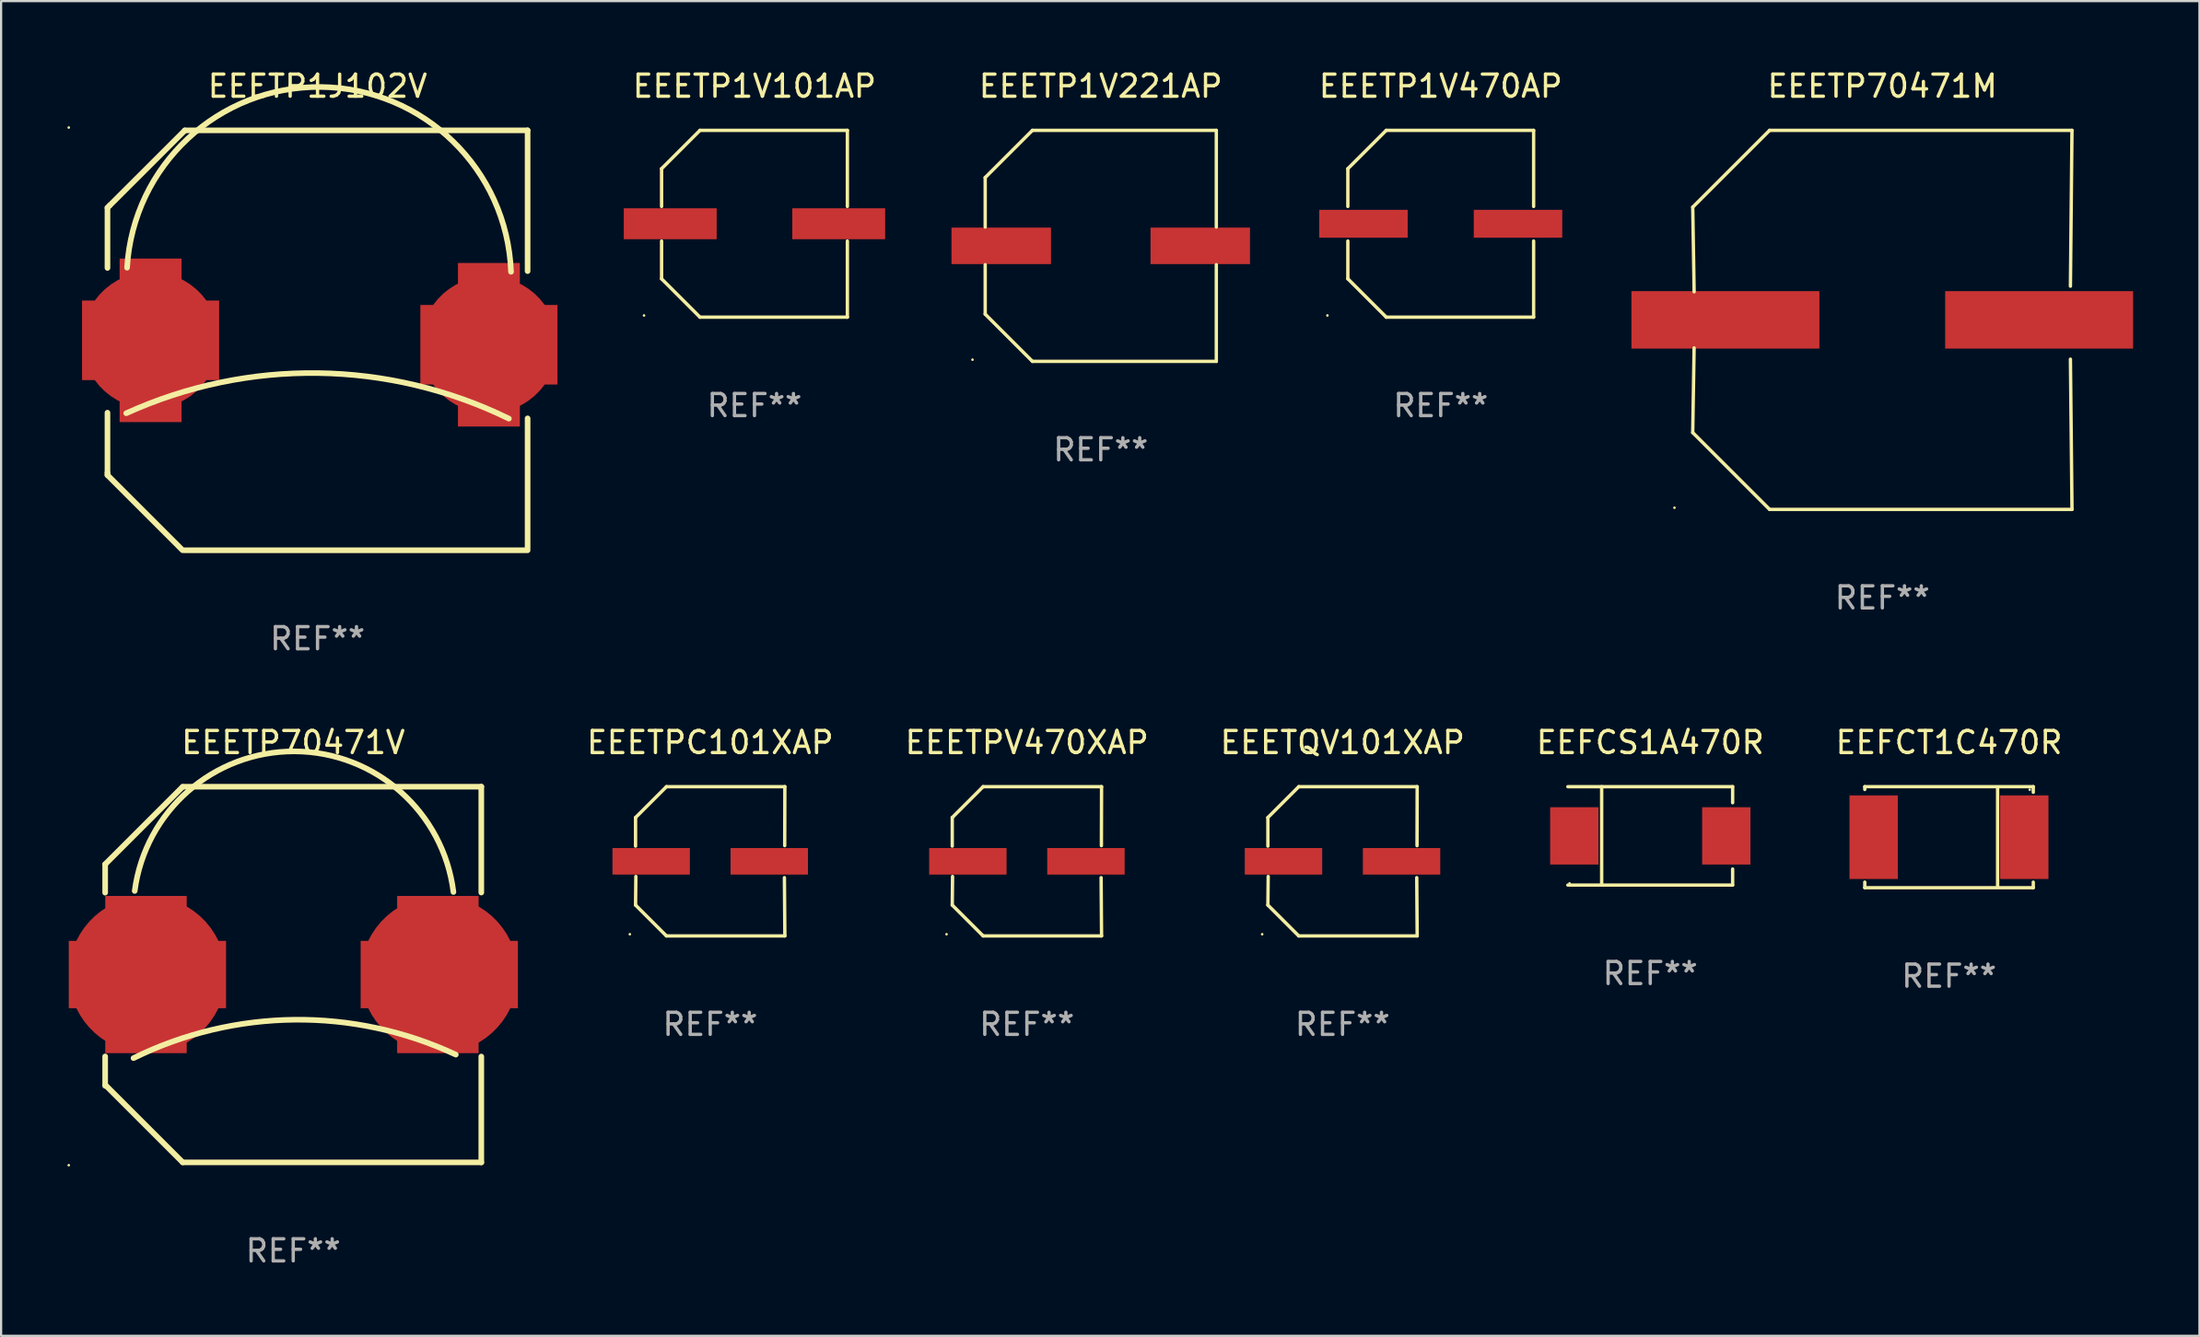
<source format=kicad_pcb>
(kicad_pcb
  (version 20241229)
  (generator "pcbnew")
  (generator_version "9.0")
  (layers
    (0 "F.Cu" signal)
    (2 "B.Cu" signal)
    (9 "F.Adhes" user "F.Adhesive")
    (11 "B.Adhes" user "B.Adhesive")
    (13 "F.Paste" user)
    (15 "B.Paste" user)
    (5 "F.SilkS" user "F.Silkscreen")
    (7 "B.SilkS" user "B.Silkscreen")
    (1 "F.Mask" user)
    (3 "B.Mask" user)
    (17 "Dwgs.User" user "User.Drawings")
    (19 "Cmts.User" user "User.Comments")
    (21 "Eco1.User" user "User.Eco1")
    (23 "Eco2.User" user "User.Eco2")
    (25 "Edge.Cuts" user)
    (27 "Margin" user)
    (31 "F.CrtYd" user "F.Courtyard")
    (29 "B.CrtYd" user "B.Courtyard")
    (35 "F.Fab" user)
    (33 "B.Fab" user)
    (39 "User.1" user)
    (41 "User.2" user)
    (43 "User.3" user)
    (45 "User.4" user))
  (footprint "EEFCS1A470R"
    (layer "F.Cu")
    (at 71.58 34.771)
    (property "Reference" "EEFCS1A470R" (at 0 -4.226 0) (layer "F.SilkS") (effects (font (size 1 1) (thickness 0.15))))
    (attr through_hole)
    (fp_line (start -3.726 -2.226) (end 3.726 -2.226) (stroke (width 0.152) (type solid)) (layer "F.SilkS"))
    (fp_line (start -3.726 2.226) (end 3.726 2.226) (stroke (width 0.152) (type solid)) (layer "F.SilkS"))
    (fp_line (start -2.197 -2.226) (end -2.197 2.226) (stroke (width 0.152) (type solid)) (layer "F.SilkS"))
    (fp_line (start 3.726 -2.226) (end 3.726 -1.499) (stroke (width 0.152) (type solid)) (layer "F.SilkS"))
    (fp_line (start 3.726 2.226) (end 3.726 1.499) (stroke (width 0.152) (type solid)) (layer "F.SilkS"))
    (fp_circle (center -3.65 2.15) (end -3.62 2.15) (stroke (width 0.06) (type solid)) (fill no) (layer "F.SilkS"))
    (fp_text user "REF**" (at 0 6.226 0) (layer "F.Fab") (effects (font (size 1 1) (thickness 0.15))))
    (pad "1" smd rect (at -3.434 0 180) (size 2.185 2.592) (layers "F.Cu" "F.Mask" "F.Paste"))
    (pad "2" smd rect (at 3.439 0 180) (size 2.185 2.592) (layers "F.Cu" "F.Mask" "F.Paste")))
  (footprint "EEETPC101XAP"
    (layer "F.Cu")
    (at 29.068 35.921)
    (property "Reference" "EEETPC101XAP" (at 0 -5.376 0) (layer "F.SilkS") (effects (font (size 1 1) (thickness 0.15))))
    (attr through_hole)
    (fp_line (start -3.376 -1.98) (end -3.376 -0.686) (stroke (width 0.152) (type solid)) (layer "F.SilkS"))
    (fp_line (start -3.376 1.981) (end -3.362 0.686) (stroke (width 0.152) (type solid)) (layer "F.SilkS"))
    (fp_line (start -1.981 3.376) (end -3.376 1.981) (stroke (width 0.152) (type solid)) (layer "F.SilkS"))
    (fp_line (start -1.98 -3.376) (end -3.376 -1.98) (stroke (width 0.152) (type solid)) (layer "F.SilkS"))
    (fp_line (start 3.356 0.74) (end 3.376 3.376) (stroke (width 0.152) (type solid)) (layer "F.SilkS"))
    (fp_line (start 3.369 -0.707) (end 3.376 -3.376) (stroke (width 0.152) (type solid)) (layer "F.SilkS"))
    (fp_line (start 3.376 3.376) (end -1.981 3.376) (stroke (width 0.152) (type solid)) (layer "F.SilkS"))
    (fp_line (start 3.376 -3.376) (end -1.98 -3.376) (stroke (width 0.152) (type solid)) (layer "F.SilkS"))
    (fp_circle (center -3.634 3.3) (end -3.604 3.3) (stroke (width 0.06) (type solid)) (fill no) (layer "F.SilkS"))
    (fp_text user "REF**" (at 0 7.376 0) (layer "F.Fab") (effects (font (size 1 1) (thickness 0.15))))
    (pad "1" smd rect (at -2.67 0.000254) (size 3.5 1.2) (layers "F.Cu" "F.Mask" "F.Paste"))
    (pad "2" smd rect (at 2.67 0.000254) (size 3.5 1.2) (layers "F.Cu" "F.Mask" "F.Paste")))
  (footprint "EEFCT1C470R"
    (layer "F.Cu")
    (at 85.092 34.831)
    (property "Reference" "EEFCT1C470R" (at 0 -4.286 0) (layer "F.SilkS") (effects (font (size 1 1) (thickness 0.15))))
    (attr through_hole)
    (fp_line (start -3.81 -2.286) (end -3.81 -2.159) (stroke (width 0.15) (type solid)) (layer "F.SilkS"))
    (fp_line (start -3.81 2.032) (end -3.81 2.286) (stroke (width 0.15) (type solid)) (layer "F.SilkS"))
    (fp_line (start -3.81 2.286) (end 3.81 2.286) (stroke (width 0.15) (type solid)) (layer "F.SilkS"))
    (fp_line (start 2.197 -2.226) (end 2.197 2.226) (stroke (width 0.152) (type solid)) (layer "F.SilkS"))
    (fp_line (start 3.81 -2.286) (end -3.81 -2.286) (stroke (width 0.15) (type solid)) (layer "F.SilkS"))
    (fp_line (start 3.81 -2.032) (end 3.81 -2.286) (stroke (width 0.15) (type solid)) (layer "F.SilkS"))
    (fp_line (start 3.81 2.286) (end 3.81 2.032) (stroke (width 0.15) (type solid)) (layer "F.SilkS"))
    (fp_circle (center 3.65 -2.15) (end 3.68 -2.15) (stroke (width 0.06) (type solid)) (fill no) (layer "F.SilkS"))
    (fp_text user "REF**" (at 0 6.286 0) (layer "F.Fab") (effects (font (size 1 1) (thickness 0.15))))
    (pad "1" smd rect (at 3.404 0 180) (size 2.185 3.78) (layers "F.Cu" "F.Mask" "F.Paste"))
    (pad "2" smd rect (at -3.409 0 180) (size 2.185 3.78) (layers "F.Cu" "F.Mask" "F.Paste")))
  (footprint "EEETP70471M"
    (layer "F.Cu")
    (at 82.077 11.424)
    (property "Reference" "EEETP70471M" (at 0 -10.576 0) (layer "F.SilkS") (effects (font (size 1 1) (thickness 0.15))))
    (attr through_hole)
    (fp_line (start -8.576 5.099) (end -8.513 1.269) (stroke (width 0.152) (type solid)) (layer "F.SilkS"))
    (fp_line (start -8.575 -5.101) (end -8.512 -1.271) (stroke (width 0.152) (type solid)) (layer "F.SilkS"))
    (fp_line (start -5.1 -8.576) (end -8.575 -5.101) (stroke (width 0.152) (type solid)) (layer "F.SilkS"))
    (fp_line (start -5.1 8.576) (end -8.576 5.099) (stroke (width 0.152) (type solid)) (layer "F.SilkS"))
    (fp_line (start 8.505 -1.525) (end 8.575 -8.576) (stroke (width 0.152) (type solid)) (layer "F.SilkS"))
    (fp_line (start 8.505 1.777) (end 8.576 8.576) (stroke (width 0.152) (type solid)) (layer "F.SilkS"))
    (fp_line (start 8.575 -8.576) (end -5.1 -8.576) (stroke (width 0.152) (type solid)) (layer "F.SilkS"))
    (fp_line (start 8.576 8.576) (end -5.1 8.576) (stroke (width 0.152) (type solid)) (layer "F.SilkS"))
    (fp_circle (center -9.402 8.499) (end -9.372 8.499) (stroke (width 0.06) (type solid)) (fill no) (layer "F.SilkS"))
    (fp_text user "REF**" (at 0 12.576 0) (layer "F.Fab") (effects (font (size 1 1) (thickness 0.15))))
    (pad "1" smd rect (at -7.097 -0.001) (size 8.5 2.6) (layers "F.Cu" "F.Mask" "F.Paste"))
    (pad "2" smd rect (at 7.09 -0.001) (size 8.5 2.6) (layers "F.Cu" "F.Mask" "F.Paste")))
  (footprint "EEETP1J102V"
    (layer "F.Cu")
    (at 11.31 12.348)
    (property "Reference" "EEETP1J102V" (at 0 -11.5 0) (layer "F.SilkS") (effects (font (size 1 1) (thickness 0.15))))
    (attr through_hole)
    (fp_line (start -9.5 -6) (end -9.5 -3.275) (stroke (width 0.254) (type solid)) (layer "F.SilkS"))
    (fp_line (start -9.5 -6) (end -9.401 -6.099) (stroke (width 0.254) (type solid)) (layer "F.SilkS"))
    (fp_line (start -9.5 3.275) (end -9.5 6) (stroke (width 0.254) (type solid)) (layer "F.SilkS"))
    (fp_line (start -9.5 6) (end -9.5 6.1) (stroke (width 0.254) (type solid)) (layer "F.SilkS"))
    (fp_line (start -9.5 6.1) (end -6.1 9.5) (stroke (width 0.254) (type solid)) (layer "F.SilkS"))
    (fp_line (start -9.401 -6.099) (end -6 -9.497) (stroke (width 0.254) (type solid)) (layer "F.SilkS"))
    (fp_line (start -6 -9.5) (end 9.5 -9.5) (stroke (width 0.254) (type solid)) (layer "F.SilkS"))
    (fp_line (start -6 9.5) (end 9.5 9.5) (stroke (width 0.254) (type solid)) (layer "F.SilkS"))
    (fp_line (start 9.5 -9.5) (end 9.5 -3.131) (stroke (width 0.254) (type solid)) (layer "F.SilkS"))
    (fp_line (start 9.5 3.531) (end 9.5 9.4) (stroke (width 0.254) (type solid)) (layer "F.SilkS"))
    (fp_arc (start -8.649975 3.3) (mid 0.029226 1.482607) (end 8.654013 3.542824) (stroke (width 0.254001) (type solid)) (layer "F.SilkS"))
    (fp_arc (start -8.613221 -3.286056) (mid 0.157012 -11.462367) (end 8.750025 -3.1) (stroke (width 0.254001) (type solid)) (layer "F.SilkS"))
    (fp_circle (center -11.25 -9.627) (end -11.22 -9.627) (stroke (width 0.06) (type solid)) (fill no) (layer "F.SilkS"))
    (fp_text user "REF**" (at 0 13.5 0) (layer "F.Fab") (effects (font (size 1 1) (thickness 0.15))))
    (pad "1" smd custom (at -7.55 0 90) (size 6.2 7.4) (layers "F.Cu" "F.Mask" "F.Paste") (options (anchor circle)) (primitives (gr_poly (pts (xy -1.8 3.1) (xy -1.8 1.4) (xy -3.7 1.4) (xy -3.7 -1.4) (xy -1.8 -1.4) (xy -1.8 -3.1) (xy 1.8 -3.1) (xy 1.8 -1.4) (xy 3.7 -1.4) (xy 3.7 1.4) (xy 1.8 1.4) (xy 1.8 3.1)) (width 0) (fill yes))))
    (pad "2" smd custom (at 7.75 0.2 90) (size 6.2 7.4) (layers "F.Cu" "F.Mask" "F.Paste") (options (anchor circle)) (primitives (gr_poly (pts (xy -1.8 3.1) (xy -1.8 1.4) (xy -3.7 1.4) (xy -3.7 -1.4) (xy -1.8 -1.4) (xy -1.8 -3.1) (xy 1.8 -3.1) (xy 1.8 -1.4) (xy 3.7 -1.4) (xy 3.7 1.4) (xy 1.8 1.4) (xy 1.8 3.1)) (width 0) (fill yes)))))
  (footprint "EEETP1V101AP"
    (layer "F.Cu")
    (at 31.07 7.074)
    (property "Reference" "EEETP1V101AP" (at 0 -6.226 0) (layer "F.SilkS") (effects (font (size 1 1) (thickness 0.15))))
    (attr through_hole)
    (fp_line (start -4.201 -2.49) (end -4.201 -0.782) (stroke (width 0.152) (type solid)) (layer "F.SilkS"))
    (fp_line (start -4.201 2.49) (end -4.201 0.782) (stroke (width 0.152) (type solid)) (layer "F.SilkS"))
    (fp_line (start -2.465 -4.226) (end -4.201 -2.49) (stroke (width 0.152) (type solid)) (layer "F.SilkS"))
    (fp_line (start -2.465 4.226) (end -4.201 2.49) (stroke (width 0.152) (type solid)) (layer "F.SilkS"))
    (fp_line (start 4.201 -4.226) (end -2.465 -4.226) (stroke (width 0.152) (type solid)) (layer "F.SilkS"))
    (fp_line (start 4.201 -0.782) (end 4.201 -4.226) (stroke (width 0.152) (type solid)) (layer "F.SilkS"))
    (fp_line (start 4.201 0.782) (end 4.201 4.226) (stroke (width 0.152) (type solid)) (layer "F.SilkS"))
    (fp_line (start 4.201 4.226) (end -2.465 4.226) (stroke (width 0.152) (type solid)) (layer "F.SilkS"))
    (fp_circle (center -4.995 4.15) (end -4.965 4.15) (stroke (width 0.06) (type solid)) (fill no) (layer "F.SilkS"))
    (fp_text user "REF**" (at 0 8.226 0) (layer "F.Fab") (effects (font (size 1 1) (thickness 0.15))))
    (pad "1" smd rect (at -3.81 0.000025) (size 4.2 1.4) (layers "F.Cu" "F.Mask" "F.Paste"))
    (pad "2" smd rect (at 3.81 0.000025) (size 4.2 1.4) (layers "F.Cu" "F.Mask" "F.Paste")))
  (footprint "EEETPV470XAP"
    (layer "F.Cu")
    (at 43.39 35.921)
    (property "Reference" "EEETPV470XAP" (at 0 -5.376 0) (layer "F.SilkS") (effects (font (size 1 1) (thickness 0.15))))
    (attr through_hole)
    (fp_line (start -3.376 -1.98) (end -3.376 -0.686) (stroke (width 0.152) (type solid)) (layer "F.SilkS"))
    (fp_line (start -3.376 1.981) (end -3.362 0.686) (stroke (width 0.152) (type solid)) (layer "F.SilkS"))
    (fp_line (start -1.981 3.376) (end -3.376 1.981) (stroke (width 0.152) (type solid)) (layer "F.SilkS"))
    (fp_line (start -1.98 -3.376) (end -3.376 -1.98) (stroke (width 0.152) (type solid)) (layer "F.SilkS"))
    (fp_line (start 3.356 0.74) (end 3.376 3.376) (stroke (width 0.152) (type solid)) (layer "F.SilkS"))
    (fp_line (start 3.369 -0.707) (end 3.376 -3.376) (stroke (width 0.152) (type solid)) (layer "F.SilkS"))
    (fp_line (start 3.376 3.376) (end -1.981 3.376) (stroke (width 0.152) (type solid)) (layer "F.SilkS"))
    (fp_line (start 3.376 -3.376) (end -1.98 -3.376) (stroke (width 0.152) (type solid)) (layer "F.SilkS"))
    (fp_circle (center -3.634 3.3) (end -3.604 3.3) (stroke (width 0.06) (type solid)) (fill no) (layer "F.SilkS"))
    (fp_text user "REF**" (at 0 7.376 0) (layer "F.Fab") (effects (font (size 1 1) (thickness 0.15))))
    (pad "1" smd rect (at -2.67 0.000254) (size 3.5 1.2) (layers "F.Cu" "F.Mask" "F.Paste"))
    (pad "2" smd rect (at 2.67 0.000254) (size 3.5 1.2) (layers "F.Cu" "F.Mask" "F.Paste")))
  (footprint "EEETP1V221AP"
    (layer "F.Cu")
    (at 46.73 8.074)
    (property "Reference" "EEETP1V221AP" (at 0 -7.226 0) (layer "F.SilkS") (effects (font (size 1 1) (thickness 0.15))))
    (attr through_hole)
    (fp_line (start -5.226 -3.09) (end -5.226 -0.852) (stroke (width 0.152) (type solid)) (layer "F.SilkS"))
    (fp_line (start -5.226 3.09) (end -5.226 0.852) (stroke (width 0.152) (type solid)) (layer "F.SilkS"))
    (fp_line (start -3.09 -5.226) (end -5.226 -3.09) (stroke (width 0.152) (type solid)) (layer "F.SilkS"))
    (fp_line (start -3.09 5.226) (end -5.226 3.09) (stroke (width 0.152) (type solid)) (layer "F.SilkS"))
    (fp_line (start 5.226 -5.226) (end -3.09 -5.226) (stroke (width 0.152) (type solid)) (layer "F.SilkS"))
    (fp_line (start 5.226 -0.852) (end 5.226 -5.226) (stroke (width 0.152) (type solid)) (layer "F.SilkS"))
    (fp_line (start 5.226 0.852) (end 5.226 5.226) (stroke (width 0.152) (type solid)) (layer "F.SilkS"))
    (fp_line (start 5.226 5.226) (end -3.09 5.226) (stroke (width 0.152) (type solid)) (layer "F.SilkS"))
    (fp_circle (center -5.8 5.15) (end -5.77 5.15) (stroke (width 0.06) (type solid)) (fill no) (layer "F.SilkS"))
    (fp_text user "REF**" (at 0 9.226 0) (layer "F.Fab") (effects (font (size 1 1) (thickness 0.15))))
    (pad "1" smd rect (at -4.5 0) (size 4.5 1.65) (layers "F.Cu" "F.Mask" "F.Paste"))
    (pad "2" smd rect (at 4.5 0) (size 4.5 1.65) (layers "F.Cu" "F.Mask" "F.Paste")))
  (footprint "EEETP70471V"
    (layer "F.Cu")
    (at 10.211 41.045)
    (property "Reference" "EEETP70471V" (at 0 -10.5 0) (layer "F.SilkS") (effects (font (size 1 1) (thickness 0.15))))
    (attr through_hole)
    (fp_line (start -8.505 -4.99) (end -8.505 -3.705) (stroke (width 0.254) (type solid)) (layer "F.SilkS"))
    (fp_line (start -8.505 -4.99) (end -5.006 -8.489) (stroke (width 0.254) (type solid)) (layer "F.SilkS"))
    (fp_line (start -8.505 3.705) (end -8.505 5.036) (stroke (width 0.254) (type solid)) (layer "F.SilkS"))
    (fp_line (start -8.495 5) (end -4.996 8.499) (stroke (width 0.254) (type solid)) (layer "F.SilkS"))
    (fp_line (start -4.995 8.5) (end 8.505 8.5) (stroke (width 0.254) (type solid)) (layer "F.SilkS"))
    (fp_line (start 8.505 -8.5) (end -4.995 -8.5) (stroke (width 0.254) (type solid)) (layer "F.SilkS"))
    (fp_line (start 8.505 -8.5) (end 8.505 -3.71) (stroke (width 0.254) (type solid)) (layer "F.SilkS"))
    (fp_line (start 8.505 3.71) (end 8.505 8.5) (stroke (width 0.254) (type solid)) (layer "F.SilkS"))
    (fp_arc (start -7.222593 3.781712) (mid 0.046673 2.044338) (end 7.352185 3.622377) (stroke (width 0.254001) (type solid)) (layer "F.SilkS"))
    (fp_arc (start -7.169481 -3.782728) (mid 0.059133 -10.097342) (end 7.245123 -3.734265) (stroke (width 0.254001) (type solid)) (layer "F.SilkS"))
    (fp_circle (center -10.151 8.627) (end -10.121 8.627) (stroke (width 0.06) (type solid)) (fill no) (layer "F.SilkS"))
    (fp_text user "REF**" (at 0 12.5 0) (layer "F.Fab") (effects (font (size 1 1) (thickness 0.15))))
    (pad "1" smd custom (at -6.595 0) (size 7.112 7.112) (layers "F.Cu" "F.Mask" "F.Paste") (options (anchor circle)) (primitives (gr_poly (pts (xy -3.556 -1.524) (xy -1.905 -1.524) (xy -1.905 -3.556) (xy 1.778 -3.556) (xy 1.778 -1.524) (xy 3.556 -1.524) (xy 3.556 1.524) (xy 1.778 1.524) (xy 1.778 3.556) (xy -1.905 3.556) (xy -1.905 1.524) (xy -3.556 1.524)) (width 0) (fill yes))))
    (pad "2" smd custom (at 6.605 0) (size 7.112 7.112) (layers "F.Cu" "F.Mask" "F.Paste") (options (anchor circle)) (primitives (gr_poly (pts (xy -3.556 -1.524) (xy -1.905 -1.524) (xy -1.905 -3.556) (xy 1.778 -3.556) (xy 1.778 -1.524) (xy 3.556 -1.524) (xy 3.556 1.524) (xy 1.778 1.524) (xy 1.778 3.556) (xy -1.905 3.556) (xy -1.905 1.524) (xy -3.556 1.524)) (width 0) (fill yes)))))
  (footprint "EEETP1V470AP"
    (layer "F.Cu")
    (at 62.105 7.074)
    (property "Reference" "EEETP1V470AP" (at 0 -6.226 0) (layer "F.SilkS") (effects (font (size 1 1) (thickness 0.15))))
    (attr through_hole)
    (fp_line (start -4.201 -2.49) (end -4.201 -0.782) (stroke (width 0.152) (type solid)) (layer "F.SilkS"))
    (fp_line (start -4.201 2.49) (end -4.201 0.782) (stroke (width 0.152) (type solid)) (layer "F.SilkS"))
    (fp_line (start -2.465 -4.226) (end -4.201 -2.49) (stroke (width 0.152) (type solid)) (layer "F.SilkS"))
    (fp_line (start -2.465 4.226) (end -4.201 2.49) (stroke (width 0.152) (type solid)) (layer "F.SilkS"))
    (fp_line (start 4.201 -4.226) (end -2.465 -4.226) (stroke (width 0.152) (type solid)) (layer "F.SilkS"))
    (fp_line (start 4.201 -0.782) (end 4.201 -4.226) (stroke (width 0.152) (type solid)) (layer "F.SilkS"))
    (fp_line (start 4.201 0.782) (end 4.201 4.226) (stroke (width 0.152) (type solid)) (layer "F.SilkS"))
    (fp_line (start 4.201 4.226) (end -2.465 4.226) (stroke (width 0.152) (type solid)) (layer "F.SilkS"))
    (fp_circle (center -5.125 4.15) (end -5.095 4.15) (stroke (width 0.06) (type solid)) (fill no) (layer "F.SilkS"))
    (fp_text user "REF**" (at 0 8.226 0) (layer "F.Fab") (effects (font (size 1 1) (thickness 0.15))))
    (pad "1" smd rect (at -3.495 0.000025) (size 4 1.26) (layers "F.Cu" "F.Mask" "F.Paste"))
    (pad "2" smd rect (at 3.495 0.000025) (size 4 1.26) (layers "F.Cu" "F.Mask" "F.Paste")))
  (footprint "EEETQV101XAP"
    (layer "F.Cu")
    (at 57.664 35.921)
    (property "Reference" "EEETQV101XAP" (at 0 -5.376 0) (layer "F.SilkS") (effects (font (size 1 1) (thickness 0.15))))
    (attr through_hole)
    (fp_line (start -3.376 -1.98) (end -3.376 -0.686) (stroke (width 0.152) (type solid)) (layer "F.SilkS"))
    (fp_line (start -3.376 1.981) (end -3.362 0.686) (stroke (width 0.152) (type solid)) (layer "F.SilkS"))
    (fp_line (start -1.981 3.376) (end -3.376 1.981) (stroke (width 0.152) (type solid)) (layer "F.SilkS"))
    (fp_line (start -1.98 -3.376) (end -3.376 -1.98) (stroke (width 0.152) (type solid)) (layer "F.SilkS"))
    (fp_line (start 3.356 0.74) (end 3.376 3.376) (stroke (width 0.152) (type solid)) (layer "F.SilkS"))
    (fp_line (start 3.369 -0.707) (end 3.376 -3.376) (stroke (width 0.152) (type solid)) (layer "F.SilkS"))
    (fp_line (start 3.376 3.376) (end -1.981 3.376) (stroke (width 0.152) (type solid)) (layer "F.SilkS"))
    (fp_line (start 3.376 -3.376) (end -1.98 -3.376) (stroke (width 0.152) (type solid)) (layer "F.SilkS"))
    (fp_circle (center -3.634 3.3) (end -3.604 3.3) (stroke (width 0.06) (type solid)) (fill no) (layer "F.SilkS"))
    (fp_text user "REF**" (at 0 7.376 0) (layer "F.Fab") (effects (font (size 1 1) (thickness 0.15))))
    (pad "1" smd rect (at -2.67 0.000254) (size 3.5 1.2) (layers "F.Cu" "F.Mask" "F.Paste"))
    (pad "2" smd rect (at 2.67 0.000254) (size 3.5 1.2) (layers "F.Cu" "F.Mask" "F.Paste")))
  (gr_rect
    (start -3 -3)
    (end 96.417 57.393)
    (stroke (width 0.1) (type default))
    (fill no)
    (layer "Edge.Cuts")))
</source>
